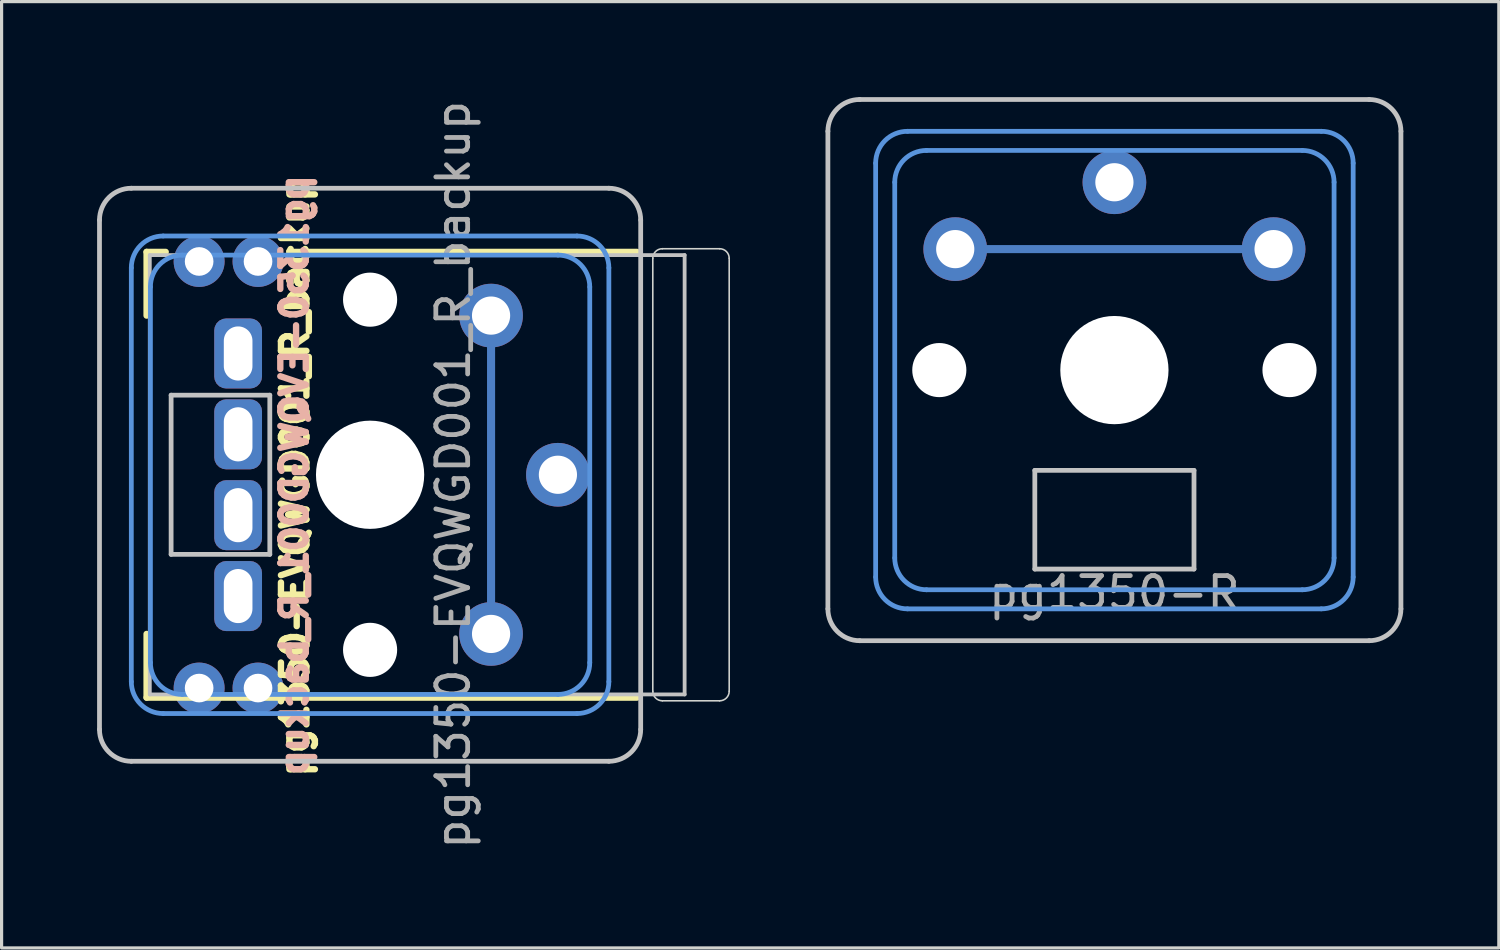
<source format=kicad_pcb>
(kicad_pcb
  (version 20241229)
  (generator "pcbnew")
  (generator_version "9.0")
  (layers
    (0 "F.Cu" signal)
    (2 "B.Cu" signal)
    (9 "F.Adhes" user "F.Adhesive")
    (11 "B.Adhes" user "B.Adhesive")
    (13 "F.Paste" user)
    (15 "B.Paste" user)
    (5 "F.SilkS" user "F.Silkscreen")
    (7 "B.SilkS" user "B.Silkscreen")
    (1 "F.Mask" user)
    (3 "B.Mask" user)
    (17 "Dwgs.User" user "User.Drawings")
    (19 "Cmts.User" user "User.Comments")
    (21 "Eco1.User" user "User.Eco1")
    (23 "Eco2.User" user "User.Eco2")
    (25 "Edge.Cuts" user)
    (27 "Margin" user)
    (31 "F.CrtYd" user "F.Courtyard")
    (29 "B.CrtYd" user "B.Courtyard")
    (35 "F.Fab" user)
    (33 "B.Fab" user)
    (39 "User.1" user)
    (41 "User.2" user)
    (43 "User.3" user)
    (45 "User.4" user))
  (footprint "pg1350-EVQWGD001_R_backup"
    (layer "F.Cu")
    (at 8.505 11.883)
    (property "Reference" "pg1350-EVQWGD001_R_backup" (at 2.68 -0.02 270) (layer "F.Fab") (effects (font (size 1 1) (thickness 0.15))))
    (attr through_hole)
    (fp_line (start -6.95 -7.02) (end -6.95 -5.02) (stroke (width 0.2) (type solid)) (layer "F.SilkS"))
    (fp_line (start -6.95 4.98) (end -6.95 6.98) (stroke (width 0.2) (type solid)) (layer "F.SilkS"))
    (fp_line (start -6.95 6.98) (end 8.45 6.98) (stroke (width 0.2) (type solid)) (layer "F.SilkS"))
    (fp_line (start -6.35 -7.02) (end -6.95 -7.02) (stroke (width 0.2) (type solid)) (layer "F.SilkS"))
    (fp_line (start 8.45 -7.02) (end -2.45 -7.02) (stroke (width 0.2) (type solid)) (layer "F.SilkS"))
    (fp_line (start -8.43 7.98) (end -8.43 -8.02) (stroke (width 0.15) (type solid)) (layer "Dwgs.User"))
    (fp_line (start -7.43 -9.02) (end 7.57 -9.02) (stroke (width 0.15) (type solid)) (layer "Dwgs.User"))
    (fp_line (start -6.85 -6.92) (end 9.95 -6.92) (stroke (width 0.12) (type solid)) (layer "Dwgs.User"))
    (fp_line (start -6.85 6.88) (end -6.85 -6.92) (stroke (width 0.12) (type solid)) (layer "Dwgs.User"))
    (fp_line (start -6.18 -2.52) (end -6.18 2.48) (stroke (width 0.15) (type solid)) (layer "Dwgs.User"))
    (fp_line (start -6.18 2.48) (end -3.08 2.48) (stroke (width 0.15) (type solid)) (layer "Dwgs.User"))
    (fp_line (start -3.08 -2.52) (end -6.18 -2.52) (stroke (width 0.15) (type solid)) (layer "Dwgs.User"))
    (fp_line (start -3.08 2.48) (end -3.08 -2.52) (stroke (width 0.15) (type solid)) (layer "Dwgs.User"))
    (fp_line (start 7.57 8.98) (end -7.43 8.98) (stroke (width 0.15) (type solid)) (layer "Dwgs.User"))
    (fp_line (start 8.57 -8.02) (end 8.57 7.98) (stroke (width 0.15) (type solid)) (layer "Dwgs.User"))
    (fp_line (start 9.95 -6.92) (end 9.95 6.88) (stroke (width 0.12) (type solid)) (layer "Dwgs.User"))
    (fp_line (start 9.95 6.88) (end -6.85 6.88) (stroke (width 0.12) (type solid)) (layer "Dwgs.User"))
    (fp_arc (start -8.43 -8.02) (mid -8.137107 -8.727107) (end -7.43 -9.02) (stroke (width 0.15) (type solid)) (layer "Dwgs.User"))
    (fp_arc (start -7.43 8.98) (mid -8.137107 8.687107) (end -8.43 7.98) (stroke (width 0.15) (type solid)) (layer "Dwgs.User"))
    (fp_arc (start 7.57 -9.02) (mid 8.277107 -8.727107) (end 8.57 -8.02) (stroke (width 0.15) (type solid)) (layer "Dwgs.User"))
    (fp_arc (start 8.57 7.98) (mid 8.277107 8.687107) (end 7.57 8.98) (stroke (width 0.15) (type solid)) (layer "Dwgs.User"))
    (fp_line (start -7.43 6.48) (end -7.43 -6.52) (stroke (width 0.15) (type solid)) (layer "Cmts.User"))
    (fp_line (start -6.83 5.88) (end -6.83 -5.92) (stroke (width 0.15) (type solid)) (layer "Cmts.User"))
    (fp_line (start -6.43 -7.52) (end 6.57 -7.52) (stroke (width 0.15) (type solid)) (layer "Cmts.User"))
    (fp_line (start -5.83 -6.92) (end 5.97 -6.92) (stroke (width 0.15) (type solid)) (layer "Cmts.User"))
    (fp_line (start 5.97 6.88) (end -5.83 6.88) (stroke (width 0.15) (type solid)) (layer "Cmts.User"))
    (fp_line (start 6.57 7.48) (end -6.43 7.48) (stroke (width 0.15) (type solid)) (layer "Cmts.User"))
    (fp_line (start 6.97 -5.92) (end 6.97 5.88) (stroke (width 0.15) (type solid)) (layer "Cmts.User"))
    (fp_line (start 7.57 -6.52) (end 7.57 6.48) (stroke (width 0.15) (type solid)) (layer "Cmts.User"))
    (fp_arc (start -7.43 -6.52) (mid -7.137113 -7.227113) (end -6.43 -7.52) (stroke (width 0.15) (type solid)) (layer "Cmts.User"))
    (fp_arc (start -6.83 -5.92) (mid -6.537113 -6.627113) (end -5.83 -6.92) (stroke (width 0.15) (type solid)) (layer "Cmts.User"))
    (fp_arc (start -6.43 7.48) (mid -7.137107 7.187107) (end -7.43 6.48) (stroke (width 0.15) (type solid)) (layer "Cmts.User"))
    (fp_arc (start -5.83 6.88) (mid -6.537107 6.587107) (end -6.83 5.88) (stroke (width 0.15) (type solid)) (layer "Cmts.User"))
    (fp_arc (start 5.97 -6.92) (mid 6.677107 -6.627107) (end 6.97 -5.92) (stroke (width 0.15) (type solid)) (layer "Cmts.User"))
    (fp_arc (start 6.57 -7.52) (mid 7.277107 -7.227107) (end 7.57 -6.52) (stroke (width 0.15) (type solid)) (layer "Cmts.User"))
    (fp_arc (start 6.97 5.88) (mid 6.677107 6.587107) (end 5.97 6.88) (stroke (width 0.15) (type solid)) (layer "Cmts.User"))
    (fp_arc (start 7.57 6.48) (mid 7.277107 7.187107) (end 6.57 7.48) (stroke (width 0.15) (type solid)) (layer "Cmts.User"))
    (fp_line (start -8.18 7.73) (end -8.18 -7.77) (stroke (width 0.15) (type solid)) (layer "Eco2.User"))
    (fp_line (start -7.18 -8.77) (end 7.32 -8.77) (stroke (width 0.15) (type solid)) (layer "Eco2.User"))
    (fp_line (start -7.18 8.73) (end 7.32 8.73) (stroke (width 0.15) (type solid)) (layer "Eco2.User"))
    (fp_line (start 8.32 -7.77) (end 8.32 7.73) (stroke (width 0.15) (type solid)) (layer "Eco2.User"))
    (fp_arc (start -8.18 -7.77) (mid -7.887107 -8.477107) (end -7.18 -8.77) (stroke (width 0.15) (type solid)) (layer "Eco2.User"))
    (fp_arc (start -7.18 8.73) (mid -7.887107 8.437107) (end -8.18 7.73) (stroke (width 0.15) (type solid)) (layer "Eco2.User"))
    (fp_arc (start 7.32 -8.77) (mid 8.027107 -8.477107) (end 8.32 -7.77) (stroke (width 0.15) (type solid)) (layer "Eco2.User"))
    (fp_arc (start 8.32 7.73) (mid 8.027107 8.437107) (end 7.32 8.73) (stroke (width 0.15) (type solid)) (layer "Eco2.User"))
    (fp_line (start 8.95 -6.82) (end 8.95 6.78) (stroke (width 0.05) (type solid)) (layer "Edge.Cuts"))
    (fp_line (start 9.25 7.08) (end 11.05 7.08) (stroke (width 0.05) (type solid)) (layer "Edge.Cuts"))
    (fp_line (start 11.05 -7.12) (end 9.25 -7.12) (stroke (width 0.05) (type solid)) (layer "Edge.Cuts"))
    (fp_line (start 11.35 6.78) (end 11.35 -6.82) (stroke (width 0.05) (type solid)) (layer "Edge.Cuts"))
    (fp_arc (start 8.95 -6.82) (mid 9.037868 -7.032132) (end 9.25 -7.12) (stroke (width 0.05) (type solid)) (layer "Edge.Cuts"))
    (fp_arc (start 9.25 7.08) (mid 9.037868 6.992132) (end 8.95 6.78) (stroke (width 0.05) (type solid)) (layer "Edge.Cuts"))
    (fp_arc (start 11.05 -7.12) (mid 11.262132 -7.032132) (end 11.35 -6.82) (stroke (width 0.05) (type solid)) (layer "Edge.Cuts"))
    (fp_arc (start 11.35 6.78) (mid 11.262132 6.992132) (end 11.05 7.08) (stroke (width 0.05) (type solid)) (layer "Edge.Cuts"))
    (fp_text user "${REFERENCE}" (at -2.29 0.03 90) (unlocked yes) (layer "F.SilkS") (effects (font (size 0.8 0.8) (thickness 0.2))))
    (fp_text user "${REFERENCE}" (at -2.31 -0.01 90) (unlocked yes) (layer "B.SilkS") (effects (font (size 0.8 0.8) (thickness 0.2)) (justify mirror)))
    (pad "" np_thru_hole circle (at 0.07 -5.52 270) (size 1.7 1.7) (drill 1.7) (layers "*.Cu" "*.Mask"))
    (pad "" np_thru_hole circle (at 0.07 -0.02 270) (size 3.4 3.4) (drill 3.4) (layers "*.Cu" "*.Mask"))
    (pad "" np_thru_hole circle (at 0.07 5.48 270) (size 1.7 1.7) (drill 1.7) (layers "*.Cu" "*.Mask"))
    (pad "1" thru_hole circle (at 5.97 -0.02 270) (size 2 2) (drill 1.2) (layers "*.Cu" "*.Mask"))
    (pad "2" connect custom (at 3.87 -5.02 270) (size 0.9 0.9) (layers "B.Cu") (options (anchor circle)) (primitives (gr_line (start 0 0) (end 10 0) (width 0.254))))
    (pad "2" thru_hole circle (at 3.87 -5.02 270) (size 2 2) (drill 1.2) (layers "*.Cu" "F.Mask"))
    (pad "2" thru_hole circle (at 3.87 4.98 270) (size 2 2) (drill 1.2) (layers "*.Cu" "B.Mask"))
    (pad "A_D" thru_hole roundrect (at -4.075 -3.83) (size 1.5 2.2) (drill oval 0.9 1.7) (layers "*.Cu" "*.Mask") (roundrect_rratio 0.25))
    (pad "B_C" thru_hole roundrect (at -4.075 -1.29) (size 1.5 2.2) (drill oval 0.9 1.7) (layers "*.Cu" "*.Mask") (roundrect_rratio 0.25))
    (pad "C_B" thru_hole roundrect (at -4.075 1.25) (size 1.5 2.2) (drill oval 0.9 1.7) (layers "*.Cu" "*.Mask") (roundrect_rratio 0.25))
    (pad "D_A" thru_hole roundrect (at -4.075 3.79) (size 1.5 2.2) (drill oval 0.9 1.7) (layers "*.Cu" "*.Mask") (roundrect_rratio 0.25))
    (pad "S1" thru_hole circle (at -5.3 -6.72) (size 1.6 1.6) (drill 0.9) (layers "*.Cu" "F.Mask"))
    (pad "S1" thru_hole circle (at -5.3 6.68 180) (size 1.6 1.6) (drill 0.9) (layers "*.Cu" "B.Mask"))
    (pad "S2" thru_hole circle (at -3.45 -6.72) (size 1.6 1.6) (drill 0.9) (layers "*.Cu" "F.Mask"))
    (pad "S2" thru_hole circle (at -3.45 6.68 180) (size 1.6 1.6) (drill 0.9) (layers "*.Cu" "B.Mask")))
  (footprint "pg1350-R"
    (layer "F.Cu")
    (at 31.955 8.575)
    (property "Reference" "pg1350-R" (at 0 7 180) (layer "F.Fab") (effects (font (size 1 1) (thickness 0.15))))
    (attr through_hole)
    (fp_line (start -9 7.5) (end -9 -7.5) (stroke (width 0.15) (type solid)) (layer "Dwgs.User"))
    (fp_line (start -8 -8.5) (end 8 -8.5) (stroke (width 0.15) (type solid)) (layer "Dwgs.User"))
    (fp_line (start -2.5 3.15) (end -2.5 6.25) (stroke (width 0.15) (type solid)) (layer "Dwgs.User"))
    (fp_line (start -2.5 6.25) (end 2.5 6.25) (stroke (width 0.15) (type solid)) (layer "Dwgs.User"))
    (fp_line (start 2.5 3.15) (end -2.5 3.15) (stroke (width 0.15) (type solid)) (layer "Dwgs.User"))
    (fp_line (start 2.5 6.25) (end 2.5 3.15) (stroke (width 0.15) (type solid)) (layer "Dwgs.User"))
    (fp_line (start 8 8.5) (end -8 8.5) (stroke (width 0.15) (type solid)) (layer "Dwgs.User"))
    (fp_line (start 9 -7.5) (end 9 7.5) (stroke (width 0.15) (type solid)) (layer "Dwgs.User"))
    (fp_arc (start -9 -7.5) (mid -8.707107 -8.207107) (end -8 -8.5) (stroke (width 0.15) (type solid)) (layer "Dwgs.User"))
    (fp_arc (start -8 8.5) (mid -8.707107 8.207107) (end -9 7.5) (stroke (width 0.15) (type solid)) (layer "Dwgs.User"))
    (fp_arc (start 8 -8.5) (mid 8.707107 -8.207107) (end 9 -7.5) (stroke (width 0.15) (type solid)) (layer "Dwgs.User"))
    (fp_arc (start 9 7.5) (mid 8.707107 8.207107) (end 8 8.5) (stroke (width 0.15) (type solid)) (layer "Dwgs.User"))
    (fp_line (start -7.5 6.5) (end -7.5 -6.5) (stroke (width 0.15) (type solid)) (layer "Cmts.User"))
    (fp_line (start -6.9 5.9) (end -6.9 -5.9) (stroke (width 0.15) (type solid)) (layer "Cmts.User"))
    (fp_line (start -6.5 -7.5) (end 6.5 -7.5) (stroke (width 0.15) (type solid)) (layer "Cmts.User"))
    (fp_line (start -5.9 -6.9) (end 5.9 -6.9) (stroke (width 0.15) (type solid)) (layer "Cmts.User"))
    (fp_line (start 5.9 6.9) (end -5.9 6.9) (stroke (width 0.15) (type solid)) (layer "Cmts.User"))
    (fp_line (start 6.5 7.5) (end -6.5 7.5) (stroke (width 0.15) (type solid)) (layer "Cmts.User"))
    (fp_line (start 6.9 -5.9) (end 6.9 5.9) (stroke (width 0.15) (type solid)) (layer "Cmts.User"))
    (fp_line (start 7.5 -6.5) (end 7.5 6.5) (stroke (width 0.15) (type solid)) (layer "Cmts.User"))
    (fp_arc (start -7.5 -6.5) (mid -7.207107 -7.207107) (end -6.5 -7.5) (stroke (width 0.15) (type solid)) (layer "Cmts.User"))
    (fp_arc (start -6.9 -5.9) (mid -6.607107 -6.607107) (end -5.9 -6.9) (stroke (width 0.15) (type solid)) (layer "Cmts.User"))
    (fp_arc (start -6.5 7.5) (mid -7.207107 7.207107) (end -7.5 6.5) (stroke (width 0.15) (type solid)) (layer "Cmts.User"))
    (fp_arc (start -5.9 6.9) (mid -6.607107 6.607107) (end -6.9 5.9) (stroke (width 0.15) (type solid)) (layer "Cmts.User"))
    (fp_arc (start 5.9 -6.9) (mid 6.607107 -6.607107) (end 6.9 -5.9) (stroke (width 0.15) (type solid)) (layer "Cmts.User"))
    (fp_arc (start 6.5 -7.5) (mid 7.207107 -7.207107) (end 7.5 -6.5) (stroke (width 0.15) (type solid)) (layer "Cmts.User"))
    (fp_arc (start 6.9 5.9) (mid 6.607107 6.607107) (end 5.9 6.9) (stroke (width 0.15) (type solid)) (layer "Cmts.User"))
    (fp_arc (start 7.5 6.5) (mid 7.207107 7.207107) (end 6.5 7.5) (stroke (width 0.15) (type solid)) (layer "Cmts.User"))
    (fp_line (start -8.75 7.25) (end -8.75 -7.25) (stroke (width 0.15) (type solid)) (layer "Eco2.User"))
    (fp_line (start -7.75 -8.25) (end 7.75 -8.25) (stroke (width 0.15) (type solid)) (layer "Eco2.User"))
    (fp_line (start 7.75 8.25) (end -7.75 8.25) (stroke (width 0.15) (type solid)) (layer "Eco2.User"))
    (fp_line (start 8.75 7.25) (end 8.75 -7.25) (stroke (width 0.15) (type solid)) (layer "Eco2.User"))
    (fp_arc (start -8.75 -7.25) (mid -8.457107 -7.957106) (end -7.75 -8.25) (stroke (width 0.15) (type solid)) (layer "Eco2.User"))
    (fp_arc (start -7.75 8.25) (mid -8.457106 7.957107) (end -8.75 7.25) (stroke (width 0.15) (type solid)) (layer "Eco2.User"))
    (fp_arc (start 7.75 -8.25) (mid 8.457106 -7.957107) (end 8.75 -7.25) (stroke (width 0.15) (type solid)) (layer "Eco2.User"))
    (fp_arc (start 8.75 7.25) (mid 8.457107 7.957106) (end 7.75 8.25) (stroke (width 0.15) (type solid)) (layer "Eco2.User"))
    (pad "" np_thru_hole circle (at -5.5 0) (size 1.7 1.7) (drill 1.7) (layers "*.Cu" "*.Mask"))
    (pad "" np_thru_hole circle (at 0 0) (size 3.4 3.4) (drill 3.4) (layers "*.Cu" "*.Mask"))
    (pad "" np_thru_hole circle (at 5.5 0) (size 1.7 1.7) (drill 1.7) (layers "*.Cu" "*.Mask"))
    (pad "1" thru_hole circle (at 0 -5.9) (size 2 2) (drill 1.2) (layers "*.Cu" "*.Mask"))
    (pad "2" connect custom (at -5 -3.8) (size 0.9 0.9) (layers "B.Cu") (options (anchor circle)) (primitives (gr_line (start 0 0) (end 10 0) (width 0.254))))
    (pad "2" thru_hole circle (at -5 -3.8) (size 2 2) (drill 1.2) (layers "*.Cu" "F.Mask"))
    (pad "2" thru_hole circle (at 5 -3.8) (size 2 2) (drill 1.2) (layers "*.Cu" "B.Mask")))
  (gr_rect
    (start -3 -3)
    (end 44.03 26.726)
    (stroke (width 0.1) (type default))
    (fill no)
    (layer "Edge.Cuts")))
</source>
